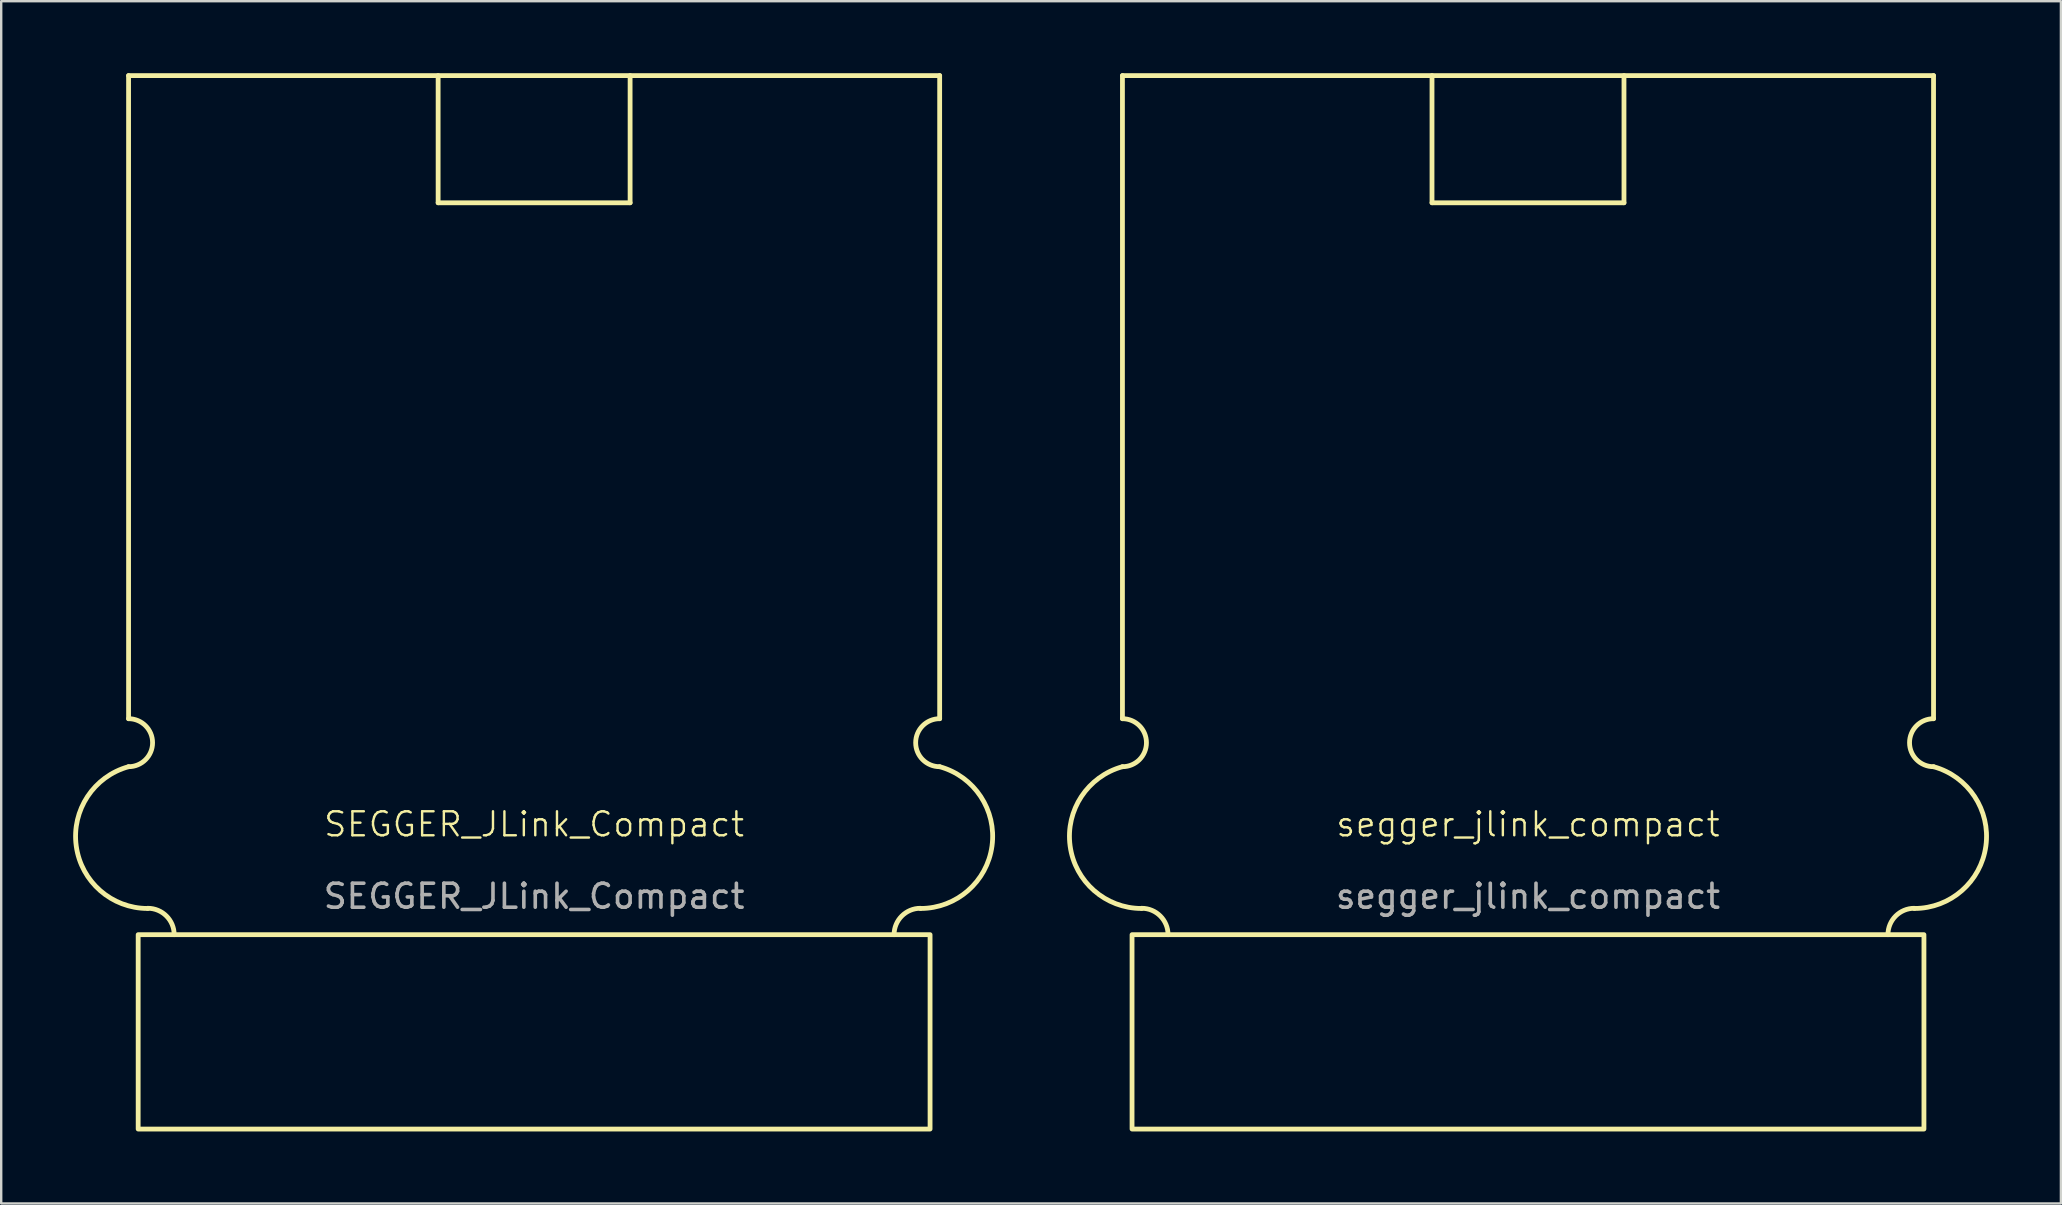
<source format=kicad_pcb>
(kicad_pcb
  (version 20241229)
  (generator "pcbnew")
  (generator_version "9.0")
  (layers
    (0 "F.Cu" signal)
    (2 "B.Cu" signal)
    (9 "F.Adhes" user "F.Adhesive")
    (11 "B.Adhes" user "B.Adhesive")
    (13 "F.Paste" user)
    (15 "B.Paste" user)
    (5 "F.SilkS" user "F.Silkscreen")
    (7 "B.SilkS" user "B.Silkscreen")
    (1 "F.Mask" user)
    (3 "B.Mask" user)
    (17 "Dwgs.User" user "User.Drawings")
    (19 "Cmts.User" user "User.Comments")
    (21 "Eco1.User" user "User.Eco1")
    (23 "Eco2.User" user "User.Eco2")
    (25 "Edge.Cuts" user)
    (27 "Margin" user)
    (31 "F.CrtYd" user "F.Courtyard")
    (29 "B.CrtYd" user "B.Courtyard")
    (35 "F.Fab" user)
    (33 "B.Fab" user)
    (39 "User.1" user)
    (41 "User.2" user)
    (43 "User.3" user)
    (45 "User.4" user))
  (footprint "segger_jlink_compact"
    (layer "F.Cu")
    (at 60.625 35.9)
    (property "Reference" "segger_jlink_compact" (at 0 -4.6 0) (unlocked yes) (layer "F.SilkS") (effects (font (size 1 1) (thickness 0.1))))
    (attr smd)
    (fp_line (start -16.9 -35.8) (end 16.9 -35.8) (stroke (width 0.2) (type solid)) (layer "F.SilkS"))
    (fp_line (start -16.9 -9) (end -16.9 -35.8) (stroke (width 0.2) (type solid)) (layer "F.SilkS"))
    (fp_line (start -4 -30.5) (end -4 -35.8) (stroke (width 0.2) (type solid)) (layer "F.SilkS"))
    (fp_line (start -4 -30.5) (end 4 -30.5) (stroke (width 0.2) (type solid)) (layer "F.SilkS"))
    (fp_line (start 4 -30.5) (end 4 -35.8) (stroke (width 0.2) (type solid)) (layer "F.SilkS"))
    (fp_line (start 16.9 -35.8) (end 16.9 -9) (stroke (width 0.2) (type solid)) (layer "F.SilkS"))
    (fp_rect (start -16.5 0.000002) (end 16.5 8.1) (stroke (width 0.2) (type solid)) (fill no) (layer "F.SilkS"))
    (fp_arc (start -16.9 -9) (mid -15.9 -8) (end -16.9 -7) (stroke (width 0.2) (type solid)) (layer "F.SilkS"))
    (fp_arc (start -16.1 -1.1) (mid -15.322183 -0.777817) (end -15 0) (stroke (width 0.2) (type solid)) (layer "F.SilkS"))
    (fp_arc (start -16.1 -1.091678) (mid -19.081119 -3.69635) (end -16.9 -7) (stroke (width 0.2) (type solid)) (layer "F.SilkS"))
    (fp_arc (start 14.999999 0) (mid 15.322182 -0.777817) (end 16.099999 -1.1) (stroke (width 0.2) (type solid)) (layer "F.SilkS"))
    (fp_arc (start 16.899999 -7) (mid 19.081118 -3.69635) (end 16.099999 -1.091678) (stroke (width 0.2) (type solid)) (layer "F.SilkS"))
    (fp_arc (start 16.899999 -7) (mid 15.899999 -8) (end 16.899999 -9) (stroke (width 0.2) (type solid)) (layer "F.SilkS"))
    (fp_circle (center -16.1 -4.1) (end -14.6 -4.1) (stroke (width 0.2) (type solid)) (fill no) (layer "User.1"))
    (fp_circle (center 16.1 -4.1) (end 17.6 -4.1) (stroke (width 0.2) (type solid)) (fill no) (layer "User.1"))
    (fp_text user "${REFERENCE}" (at 0 -1.6 0) (unlocked yes) (layer "F.Fab") (effects (font (size 1 1) (thickness 0.15)))))
  (footprint "SEGGER_JLink_Compact"
    (layer "F.Cu")
    (at 19.208 35.9)
    (property "Reference" "SEGGER_JLink_Compact" (at 0 -4.6 0) (unlocked yes) (layer "F.SilkS") (effects (font (size 1 1) (thickness 0.1))))
    (attr smd)
    (fp_line (start -16.9 -35.8) (end 16.9 -35.8) (stroke (width 0.2) (type solid)) (layer "F.SilkS"))
    (fp_line (start -16.9 -9) (end -16.9 -35.8) (stroke (width 0.2) (type solid)) (layer "F.SilkS"))
    (fp_line (start -4 -30.5) (end -4 -35.8) (stroke (width 0.2) (type solid)) (layer "F.SilkS"))
    (fp_line (start -4 -30.5) (end 4 -30.5) (stroke (width 0.2) (type solid)) (layer "F.SilkS"))
    (fp_line (start 4 -30.5) (end 4 -35.8) (stroke (width 0.2) (type solid)) (layer "F.SilkS"))
    (fp_line (start 16.9 -35.8) (end 16.9 -9) (stroke (width 0.2) (type solid)) (layer "F.SilkS"))
    (fp_rect (start -16.5 0.000002) (end 16.5 8.1) (stroke (width 0.2) (type solid)) (fill no) (layer "F.SilkS"))
    (fp_arc (start -16.9 -9) (mid -15.9 -8) (end -16.9 -7) (stroke (width 0.2) (type solid)) (layer "F.SilkS"))
    (fp_arc (start -16.1 -1.1) (mid -15.322183 -0.777817) (end -15 0) (stroke (width 0.2) (type solid)) (layer "F.SilkS"))
    (fp_arc (start -16.1 -1.091678) (mid -19.081119 -3.69635) (end -16.9 -7) (stroke (width 0.2) (type solid)) (layer "F.SilkS"))
    (fp_arc (start 14.999999 0) (mid 15.322182 -0.777817) (end 16.099999 -1.1) (stroke (width 0.2) (type solid)) (layer "F.SilkS"))
    (fp_arc (start 16.899999 -7) (mid 19.081118 -3.69635) (end 16.099999 -1.091678) (stroke (width 0.2) (type solid)) (layer "F.SilkS"))
    (fp_arc (start 16.899999 -7) (mid 15.899999 -8) (end 16.899999 -9) (stroke (width 0.2) (type solid)) (layer "F.SilkS"))
    (fp_circle (center -16.1 -4.1) (end -14.6 -4.1) (stroke (width 0.2) (type solid)) (fill no) (layer "User.1"))
    (fp_circle (center 16.1 -4.1) (end 17.6 -4.1) (stroke (width 0.2) (type solid)) (fill no) (layer "User.1"))
    (fp_text user "${REFERENCE}" (at 0 -1.6 0) (unlocked yes) (layer "F.Fab") (effects (font (size 1 1) (thickness 0.15)))))
  (gr_rect
    (start -3 -3)
    (end 82.833 47.1)
    (stroke (width 0.1) (type default))
    (fill no)
    (layer "Edge.Cuts")))
</source>
